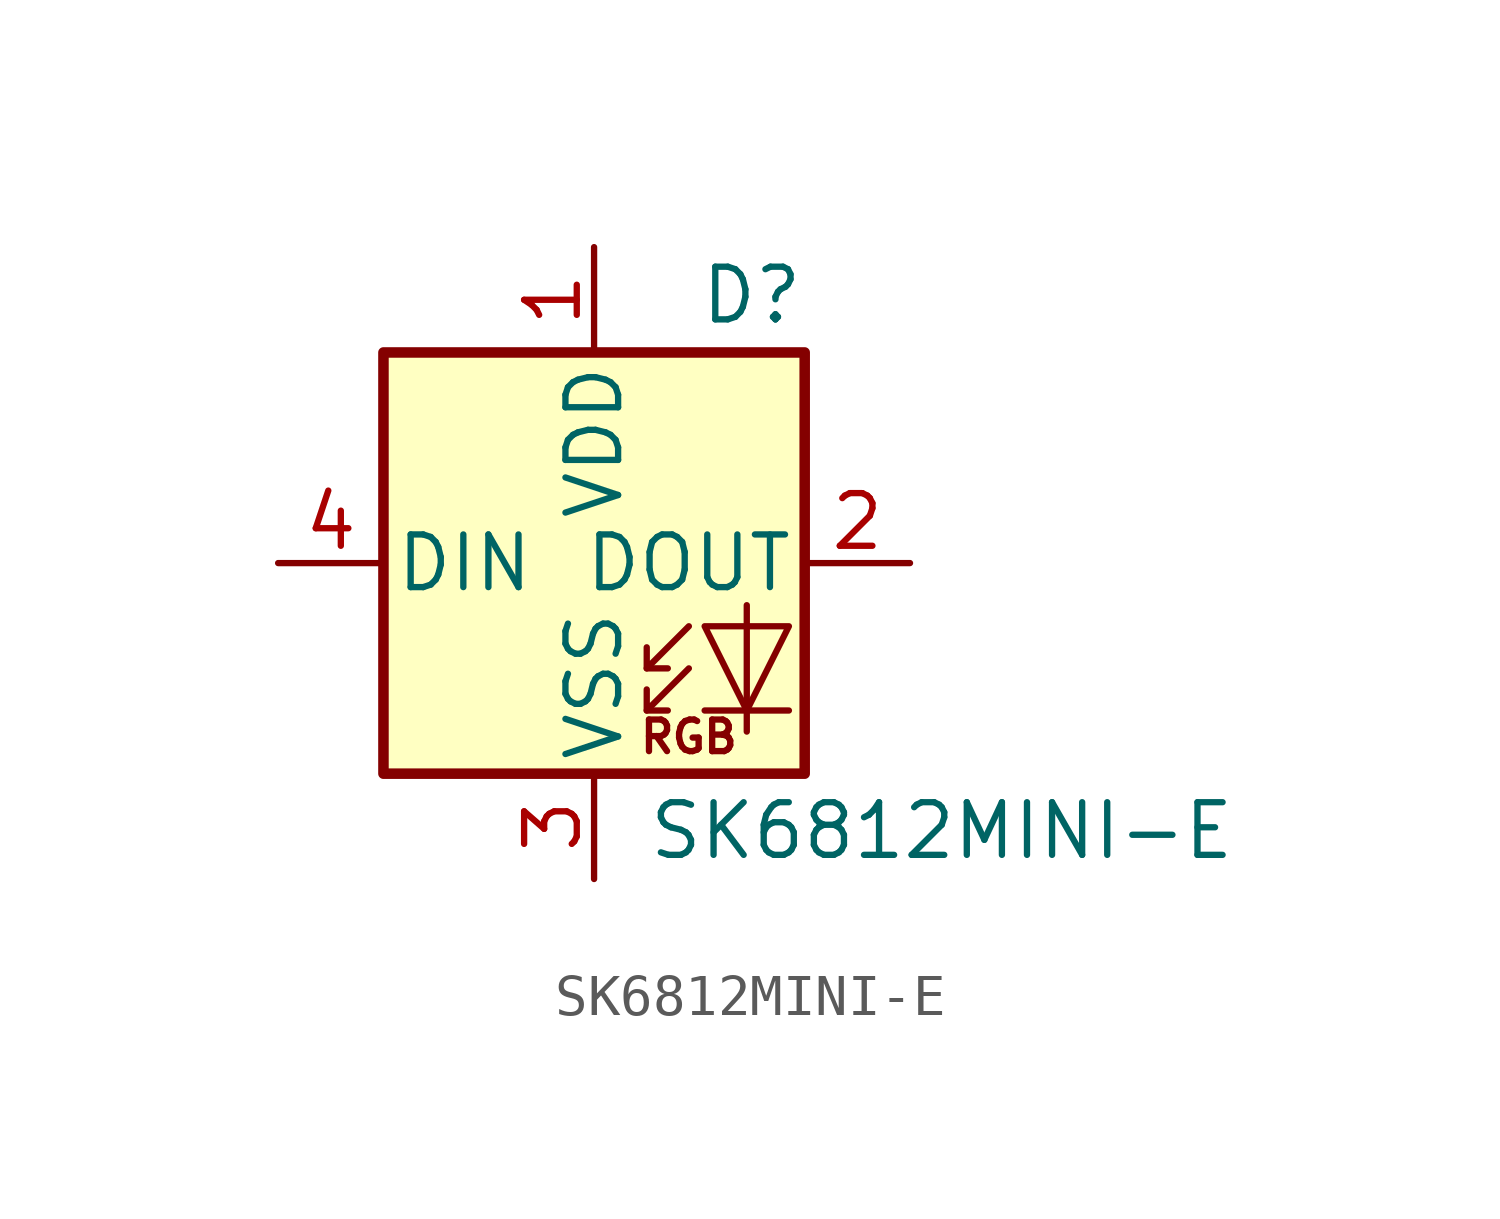
<source format=kicad_sym>
(kicad_symbol_lib
  (version 20231120)
  (generator "kicad_symbol_editor")
  (generator_version "8.0")
  (symbol "SK6812MINI-E"
    (pin_names
      (offset 0.254))
    (property "Reference" "D"
      (at 5.08 5.715 0)
      (effects (font (size 1.27 1.27)) (justify right bottom)))
    (property "Value" "SK6812MINI-E"
      (at 1.27 -5.715 0)
      (effects (font (size 1.27 1.27)) (justify left top)))
    (symbol "SK6812MINI-E_0_0"
      (text "RGB" (at 2.286 -4.191 0) (effects (font (size 0.762 0.762)))))
    (symbol "SK6812MINI-E_0_1"
      (rectangle (start -5.08 5.08) (end 5.08 -5.08) (stroke (width 0.254) (type default)) (fill (type background)))
      (polyline (pts (xy 1.27 -3.556) (xy 1.778 -3.556)) (stroke (width 0) (type default)) (fill (type none)))
      (polyline (pts (xy 1.27 -2.54) (xy 1.778 -2.54)) (stroke (width 0) (type default)) (fill (type none)))
      (polyline (pts (xy 4.699 -3.556) (xy 2.667 -3.556)) (stroke (width 0) (type default)) (fill (type none)))
      (polyline (pts (xy 2.286 -2.54) (xy 1.27 -3.556) (xy 1.27 -3.048)) (stroke (width 0) (type default)) (fill (type none)))
      (polyline (pts (xy 2.286 -1.524) (xy 1.27 -2.54) (xy 1.27 -2.032)) (stroke (width 0) (type default)) (fill (type none)))
      (polyline (pts (xy 3.683 -1.016) (xy 3.683 -3.556) (xy 3.683 -4.064)) (stroke (width 0) (type default)) (fill (type none)))
      (polyline (pts (xy 4.699 -1.524) (xy 2.667 -1.524) (xy 3.683 -3.556) (xy 4.699 -1.524)) (stroke (width 0) (type default)) (fill (type none))))
    (symbol "SK6812MINI-E_1_1"
      (pin power_in line (at 0 7.62 270) (length 2.54) (name "VDD" (effects (font (size 1.27 1.27)))) (number "1" (effects (font (size 1.27 1.27)))))
      (pin output line (at 7.62 0 180) (length 2.54) (name "DOUT" (effects (font (size 1.27 1.27)))) (number "2" (effects (font (size 1.27 1.27)))))
      (pin power_in line (at 0 -7.62 90) (length 2.54) (name "VSS" (effects (font (size 1.27 1.27)))) (number "3" (effects (font (size 1.27 1.27)))))
      (pin input line (at -7.62 0 0) (length 2.54) (name "DIN" (effects (font (size 1.27 1.27)))) (number "4" (effects (font (size 1.27 1.27))))))))
</source>
